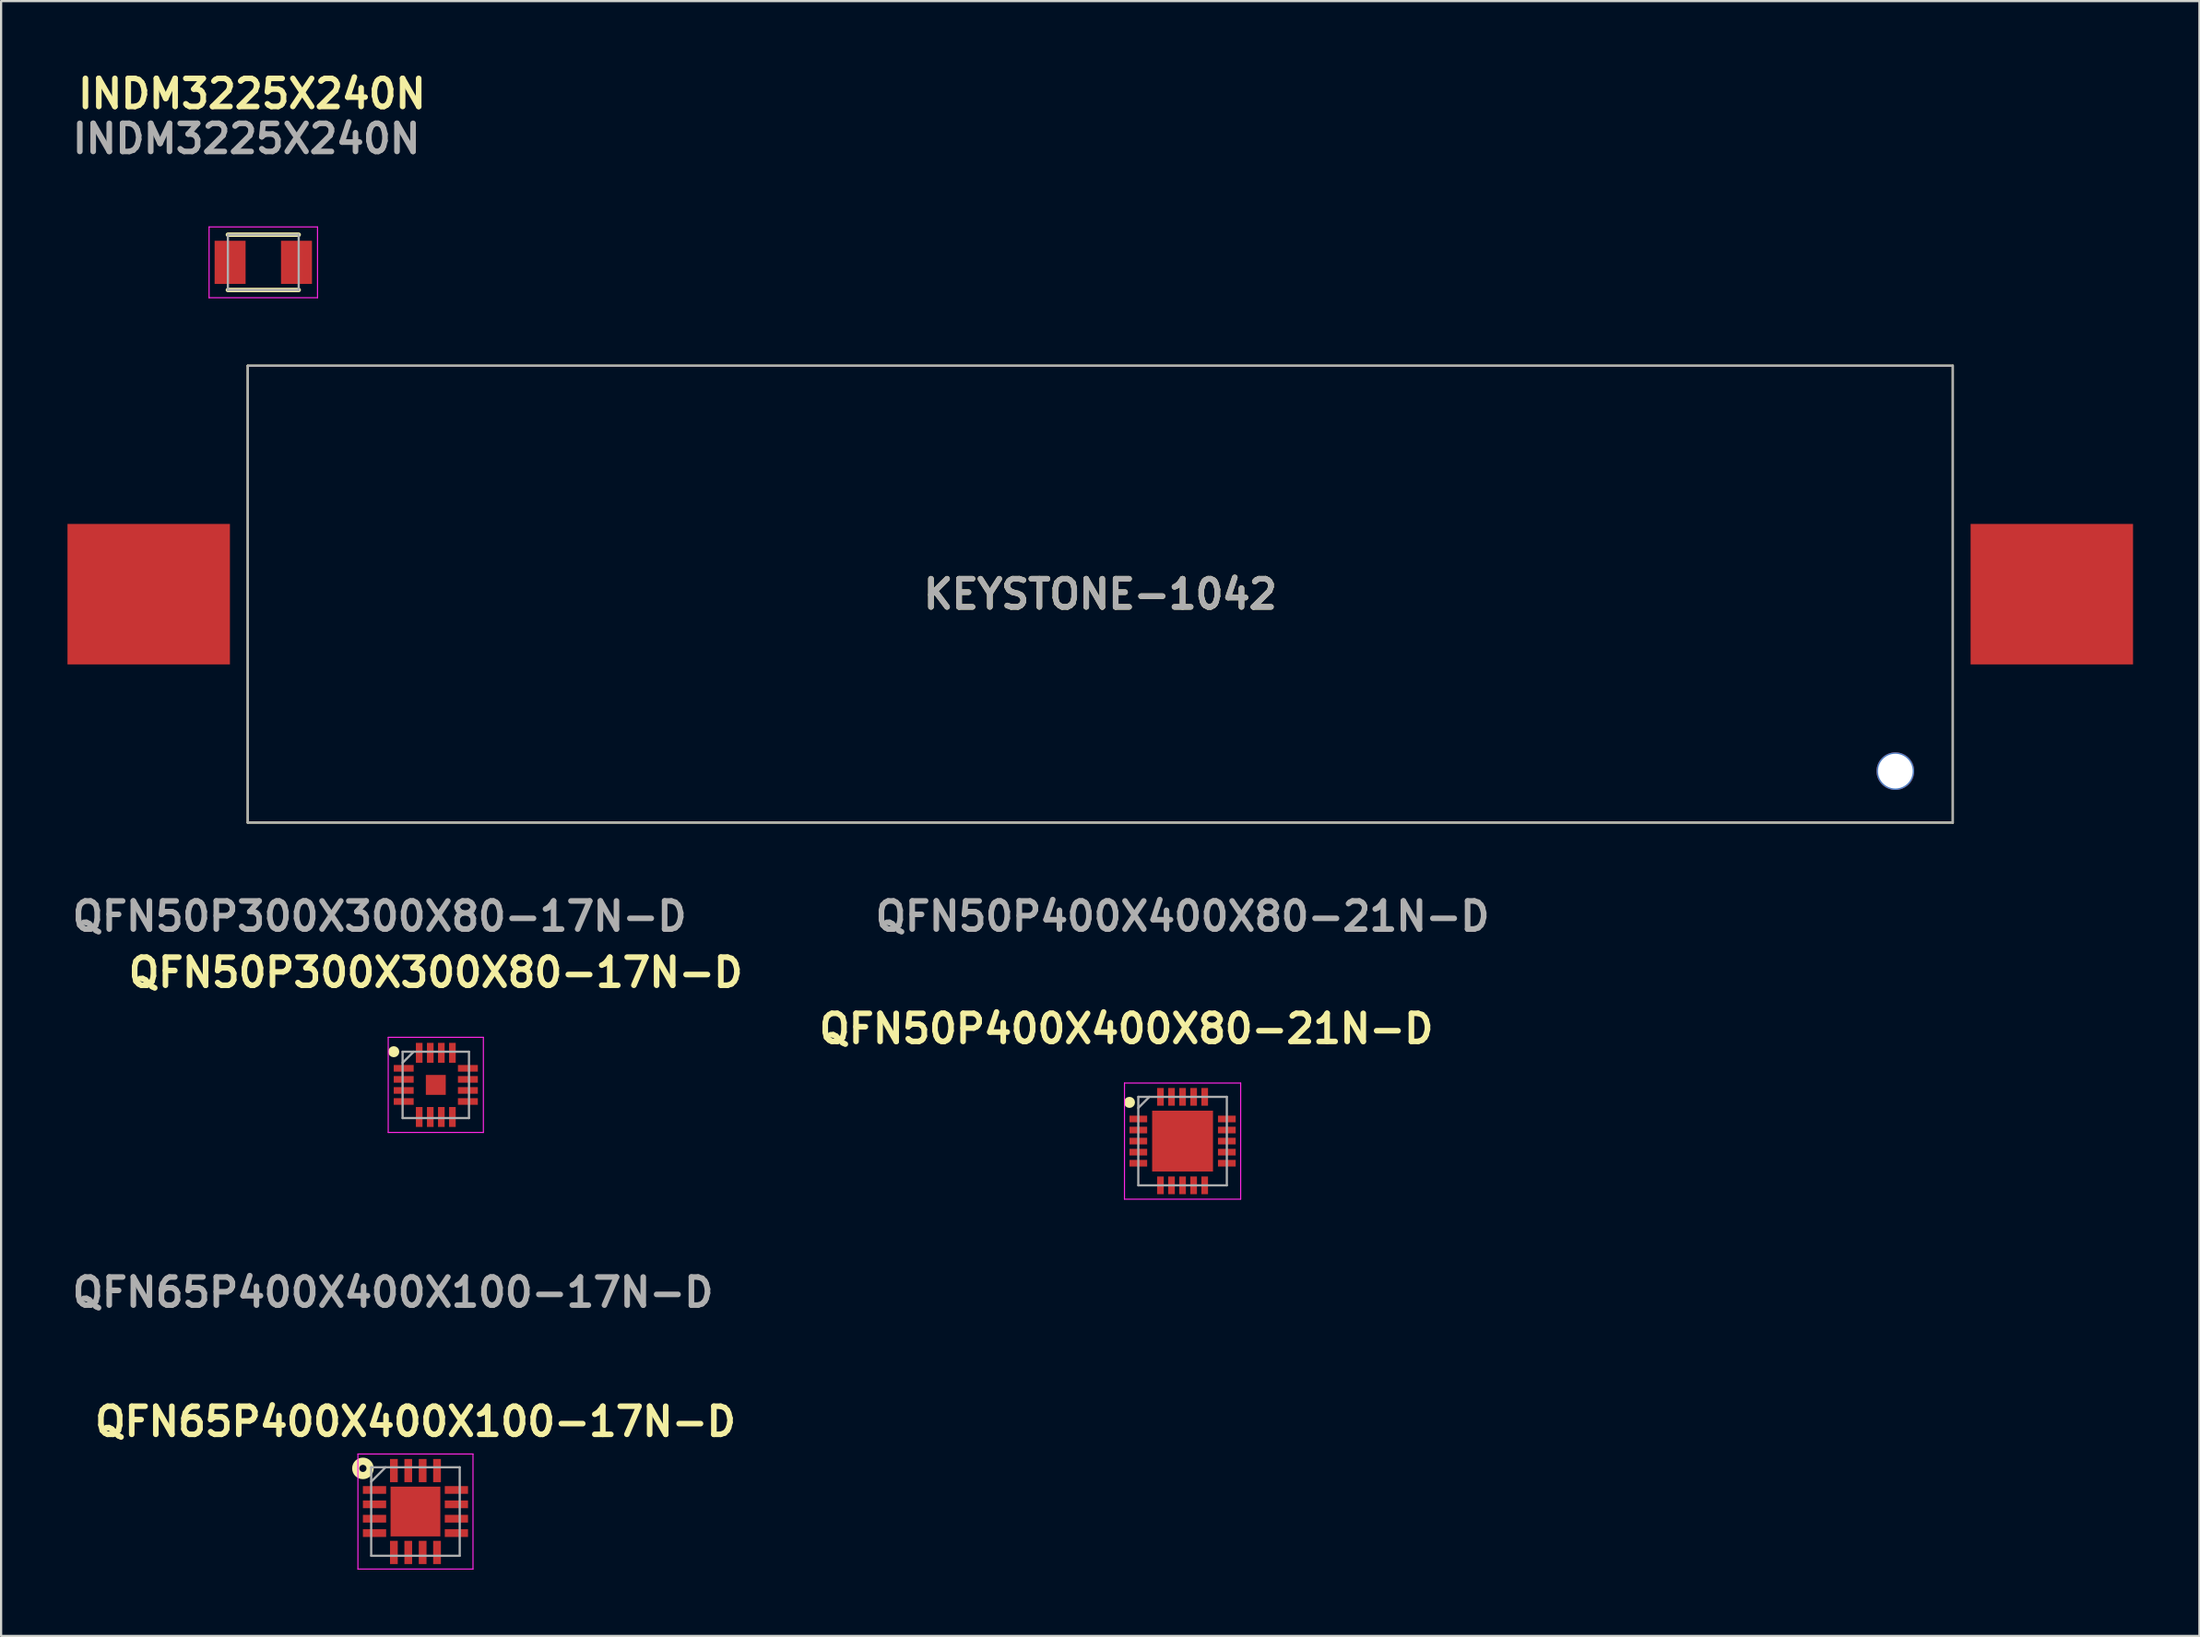
<source format=kicad_pcb>
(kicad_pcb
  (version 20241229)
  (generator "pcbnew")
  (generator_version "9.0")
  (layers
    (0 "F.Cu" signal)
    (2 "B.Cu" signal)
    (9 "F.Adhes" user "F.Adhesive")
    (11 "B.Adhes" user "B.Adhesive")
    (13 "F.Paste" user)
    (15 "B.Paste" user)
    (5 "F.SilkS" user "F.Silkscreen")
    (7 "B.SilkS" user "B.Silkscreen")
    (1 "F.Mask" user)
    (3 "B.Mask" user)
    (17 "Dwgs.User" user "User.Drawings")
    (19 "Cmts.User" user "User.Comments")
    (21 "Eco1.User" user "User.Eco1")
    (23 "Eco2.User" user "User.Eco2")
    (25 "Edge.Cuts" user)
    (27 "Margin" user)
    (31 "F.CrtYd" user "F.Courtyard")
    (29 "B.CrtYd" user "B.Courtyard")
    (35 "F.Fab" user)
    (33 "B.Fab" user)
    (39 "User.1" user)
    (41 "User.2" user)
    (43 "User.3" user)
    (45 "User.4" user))
  (footprint "QFN50P300X300X80-17N-D"
    (layer "F.Cu")
    (at 16.643 45.992)
    (property "Reference" "QFN50P300X300X80-17N-D" (at 0 -5.08 0) (layer "F.SilkS") (effects (font (size 1.27 1.27) (thickness 0.254))))
    (attr smd)
    (fp_circle (center -1.9 -1.5) (end -1.9 -1.375) (stroke (width 0.25) (type solid)) (fill no) (layer "F.SilkS"))
    (fp_line (start -2.15 -2.15) (end 2.15 -2.15) (stroke (width 0.05) (type solid)) (layer "F.CrtYd"))
    (fp_line (start -2.15 2.15) (end -2.15 -2.15) (stroke (width 0.05) (type solid)) (layer "F.CrtYd"))
    (fp_line (start 2.15 -2.15) (end 2.15 2.15) (stroke (width 0.05) (type solid)) (layer "F.CrtYd"))
    (fp_line (start 2.15 2.15) (end -2.15 2.15) (stroke (width 0.05) (type solid)) (layer "F.CrtYd"))
    (fp_line (start -1.5 -1.5) (end 1.5 -1.5) (stroke (width 0.1) (type solid)) (layer "F.Fab"))
    (fp_line (start -1.5 -1) (end -1 -1.5) (stroke (width 0.1) (type solid)) (layer "F.Fab"))
    (fp_line (start -1.5 1.5) (end -1.5 -1.5) (stroke (width 0.1) (type solid)) (layer "F.Fab"))
    (fp_line (start 1.5 -1.5) (end 1.5 1.5) (stroke (width 0.1) (type solid)) (layer "F.Fab"))
    (fp_line (start 1.5 1.5) (end -1.5 1.5) (stroke (width 0.1) (type solid)) (layer "F.Fab"))
    (fp_text user "${REFERENCE}" (at -2.54 -7.62 0) (layer "F.Fab") (effects (font (size 1.27 1.27) (thickness 0.254))))
    (pad "1" smd rect (at -1.45 -0.75 90) (size 0.3 0.9) (layers "F.Cu" "F.Mask" "F.Paste"))
    (pad "2" smd rect (at -1.45 -0.25 90) (size 0.3 0.9) (layers "F.Cu" "F.Mask" "F.Paste"))
    (pad "3" smd rect (at -1.45 0.25 90) (size 0.3 0.9) (layers "F.Cu" "F.Mask" "F.Paste"))
    (pad "4" smd rect (at -1.45 0.75 90) (size 0.3 0.9) (layers "F.Cu" "F.Mask" "F.Paste"))
    (pad "5" smd rect (at -0.75 1.45) (size 0.3 0.9) (layers "F.Cu" "F.Mask" "F.Paste"))
    (pad "6" smd rect (at -0.25 1.45) (size 0.3 0.9) (layers "F.Cu" "F.Mask" "F.Paste"))
    (pad "7" smd rect (at 0.25 1.45) (size 0.3 0.9) (layers "F.Cu" "F.Mask" "F.Paste"))
    (pad "8" smd rect (at 0.75 1.45) (size 0.3 0.9) (layers "F.Cu" "F.Mask" "F.Paste"))
    (pad "9" smd rect (at 1.45 0.75 90) (size 0.3 0.9) (layers "F.Cu" "F.Mask" "F.Paste"))
    (pad "10" smd rect (at 1.45 0.25 90) (size 0.3 0.9) (layers "F.Cu" "F.Mask" "F.Paste"))
    (pad "11" smd rect (at 1.45 -0.25 90) (size 0.3 0.9) (layers "F.Cu" "F.Mask" "F.Paste"))
    (pad "12" smd rect (at 1.45 -0.75 90) (size 0.3 0.9) (layers "F.Cu" "F.Mask" "F.Paste"))
    (pad "13" smd rect (at 0.75 -1.45) (size 0.3 0.9) (layers "F.Cu" "F.Mask" "F.Paste"))
    (pad "14" smd rect (at 0.25 -1.45) (size 0.3 0.9) (layers "F.Cu" "F.Mask" "F.Paste"))
    (pad "15" smd rect (at -0.25 -1.45) (size 0.3 0.9) (layers "F.Cu" "F.Mask" "F.Paste"))
    (pad "16" smd rect (at -0.75 -1.45) (size 0.3 0.9) (layers "F.Cu" "F.Mask" "F.Paste"))
    (pad "17" smd rect (at 0 0) (size 0.9 0.9) (layers "F.Cu" "F.Mask" "F.Paste")))
  (footprint "INDM3225X240N"
    (layer "F.Cu")
    (at 8.848 8.809)
    (property "Reference" "INDM3225X240N" (at -0.508 -7.62 0) (layer "F.SilkS") (effects (font (size 1.27 1.27) (thickness 0.254))))
    (attr smd)
    (fp_line (start -1.6 1.25) (end 1.6 1.25) (stroke (width 0.2) (type solid)) (layer "F.SilkS"))
    (fp_line (start 1.6 -1.25) (end -1.6 -1.25) (stroke (width 0.2) (type solid)) (layer "F.SilkS"))
    (fp_line (start -2.45 -1.6) (end 2.45 -1.6) (stroke (width 0.05) (type solid)) (layer "F.CrtYd"))
    (fp_line (start -2.45 1.6) (end -2.45 -1.6) (stroke (width 0.05) (type solid)) (layer "F.CrtYd"))
    (fp_line (start 2.45 -1.6) (end 2.45 1.6) (stroke (width 0.05) (type solid)) (layer "F.CrtYd"))
    (fp_line (start 2.45 1.6) (end -2.45 1.6) (stroke (width 0.05) (type solid)) (layer "F.CrtYd"))
    (fp_line (start -1.6 -1.25) (end 1.6 -1.25) (stroke (width 0.1) (type solid)) (layer "F.Fab"))
    (fp_line (start -1.6 1.25) (end -1.6 -1.25) (stroke (width 0.1) (type solid)) (layer "F.Fab"))
    (fp_line (start 1.6 -1.25) (end 1.6 1.25) (stroke (width 0.1) (type solid)) (layer "F.Fab"))
    (fp_line (start 1.6 1.25) (end -1.6 1.25) (stroke (width 0.1) (type solid)) (layer "F.Fab"))
    (fp_text user "${REFERENCE}" (at -0.762 -5.588 0) (layer "F.Fab") (effects (font (size 1.27 1.27) (thickness 0.254))))
    (pad "1" smd rect (at -1.5 0) (size 1.4 1.95) (layers "F.Cu" "F.Mask" "F.Paste"))
    (pad "2" smd rect (at 1.5 0) (size 1.4 1.95) (layers "F.Cu" "F.Mask" "F.Paste")))
  (footprint "QFN50P400X400X80-21N-D"
    (layer "F.Cu")
    (at 50.389 48.532)
    (property "Reference" "QFN50P400X400X80-21N-D" (at -2.54 -5.08 0) (layer "F.SilkS") (effects (font (size 1.27 1.27) (thickness 0.254))))
    (attr smd)
    (fp_circle (center -2.4 -1.75) (end -2.4 -1.625) (stroke (width 0.25) (type solid)) (fill no) (layer "F.SilkS"))
    (fp_line (start -2.625 -2.625) (end 2.625 -2.625) (stroke (width 0.05) (type solid)) (layer "F.CrtYd"))
    (fp_line (start -2.625 2.625) (end -2.625 -2.625) (stroke (width 0.05) (type solid)) (layer "F.CrtYd"))
    (fp_line (start 2.625 -2.625) (end 2.625 2.625) (stroke (width 0.05) (type solid)) (layer "F.CrtYd"))
    (fp_line (start 2.625 2.625) (end -2.625 2.625) (stroke (width 0.05) (type solid)) (layer "F.CrtYd"))
    (fp_line (start -2 -2) (end 2 -2) (stroke (width 0.1) (type solid)) (layer "F.Fab"))
    (fp_line (start -2 -1.5) (end -1.5 -2) (stroke (width 0.1) (type solid)) (layer "F.Fab"))
    (fp_line (start -2 2) (end -2 -2) (stroke (width 0.1) (type solid)) (layer "F.Fab"))
    (fp_line (start 2 -2) (end 2 2) (stroke (width 0.1) (type solid)) (layer "F.Fab"))
    (fp_line (start 2 2) (end -2 2) (stroke (width 0.1) (type solid)) (layer "F.Fab"))
    (fp_text user "${REFERENCE}" (at 0 -10.16 0) (layer "F.Fab") (effects (font (size 1.27 1.27) (thickness 0.254))))
    (pad "1" smd rect (at -2 -1 90) (size 0.3 0.8) (layers "F.Cu" "F.Mask" "F.Paste"))
    (pad "2" smd rect (at -2 -0.5 90) (size 0.3 0.8) (layers "F.Cu" "F.Mask" "F.Paste"))
    (pad "3" smd rect (at -2 0 90) (size 0.3 0.8) (layers "F.Cu" "F.Mask" "F.Paste"))
    (pad "4" smd rect (at -2 0.5 90) (size 0.3 0.8) (layers "F.Cu" "F.Mask" "F.Paste"))
    (pad "5" smd rect (at -2 1 90) (size 0.3 0.8) (layers "F.Cu" "F.Mask" "F.Paste"))
    (pad "6" smd rect (at -1 2) (size 0.3 0.8) (layers "F.Cu" "F.Mask" "F.Paste"))
    (pad "7" smd rect (at -0.5 2) (size 0.3 0.8) (layers "F.Cu" "F.Mask" "F.Paste"))
    (pad "8" smd rect (at 0 2) (size 0.3 0.8) (layers "F.Cu" "F.Mask" "F.Paste"))
    (pad "9" smd rect (at 0.5 2) (size 0.3 0.8) (layers "F.Cu" "F.Mask" "F.Paste"))
    (pad "10" smd rect (at 1 2) (size 0.3 0.8) (layers "F.Cu" "F.Mask" "F.Paste"))
    (pad "11" smd rect (at 2 1 90) (size 0.3 0.8) (layers "F.Cu" "F.Mask" "F.Paste"))
    (pad "12" smd rect (at 2 0.5 90) (size 0.3 0.8) (layers "F.Cu" "F.Mask" "F.Paste"))
    (pad "13" smd rect (at 2 0 90) (size 0.3 0.8) (layers "F.Cu" "F.Mask" "F.Paste"))
    (pad "14" smd rect (at 2 -0.5 90) (size 0.3 0.8) (layers "F.Cu" "F.Mask" "F.Paste"))
    (pad "15" smd rect (at 2 -1 90) (size 0.3 0.8) (layers "F.Cu" "F.Mask" "F.Paste"))
    (pad "16" smd rect (at 1 -2) (size 0.3 0.8) (layers "F.Cu" "F.Mask" "F.Paste"))
    (pad "17" smd rect (at 0.5 -2) (size 0.3 0.8) (layers "F.Cu" "F.Mask" "F.Paste"))
    (pad "18" smd rect (at 0 -2) (size 0.3 0.8) (layers "F.Cu" "F.Mask" "F.Paste"))
    (pad "19" smd rect (at -0.5 -2) (size 0.3 0.8) (layers "F.Cu" "F.Mask" "F.Paste"))
    (pad "20" smd rect (at -1 -2) (size 0.3 0.8) (layers "F.Cu" "F.Mask" "F.Paste"))
    (pad "21" smd rect (at 0 0) (size 2.75 2.75) (layers "F.Cu" "F.Mask" "F.Paste")))
  (footprint "KEYSTONE-1042"
    (layer "F.Cu")
    (at 46.67 23.809)
    (property "Reference" "KEYSTONE-1042" (at 0 0 0) (layer "F.SilkS") (effects (font (size 1.27 1.27) (thickness 0.254))))
    (attr through_hole)
    (fp_line (start -38.525 -10.325) (end 38.525 -10.325) (stroke (width 0.1) (type solid)) (layer "F.SilkS"))
    (fp_line (start -38.525 10.325) (end -38.525 -10.325) (stroke (width 0.1) (type solid)) (layer "F.SilkS"))
    (fp_line (start 38.525 -10.325) (end 38.525 10.325) (stroke (width 0.1) (type solid)) (layer "F.SilkS"))
    (fp_line (start 38.525 10.325) (end -38.525 10.325) (stroke (width 0.1) (type solid)) (layer "F.SilkS"))
    (fp_line (start -38.525 -10.325) (end 38.525 -10.325) (stroke (width 0.1) (type solid)) (layer "F.Fab"))
    (fp_line (start -38.525 10.325) (end -38.525 -10.325) (stroke (width 0.1) (type solid)) (layer "F.Fab"))
    (fp_line (start 38.525 -10.325) (end 38.525 10.325) (stroke (width 0.1) (type solid)) (layer "F.Fab"))
    (fp_line (start 38.525 10.325) (end -38.525 10.325) (stroke (width 0.1) (type solid)) (layer "F.Fab"))
    (fp_text user "${REFERENCE}" (at 0 0 0) (layer "F.Fab") (effects (font (size 1.27 1.27) (thickness 0.254))))
    (pad "" np_thru_hole circle (at 35.93 8) (size 1.7 1.7) (drill 1.57) (layers "*.Cu" "*.Mask"))
    (pad "1" smd rect (at -43 0 90) (size 6.35 7.34) (layers "F.Cu" "F.Mask" "F.Paste"))
    (pad "2" smd rect (at 43 0 90) (size 6.35 7.34) (layers "F.Cu" "F.Mask" "F.Paste")))
  (footprint "QFN65P400X400X100-17N-D"
    (layer "F.Cu")
    (at 15.724 65.277)
    (property "Reference" "QFN65P400X400X100-17N-D" (at 0 -4.064 0) (layer "F.SilkS") (effects (font (size 1.27 1.27) (thickness 0.254))))
    (attr smd)
    (fp_circle (center -2.374 -1.95) (end -2.374 -1.788) (stroke (width 0.325) (type solid)) (fill no) (layer "F.SilkS"))
    (fp_line (start -2.6 -2.6) (end 2.6 -2.6) (stroke (width 0.05) (type solid)) (layer "F.CrtYd"))
    (fp_line (start -2.6 2.6) (end -2.6 -2.6) (stroke (width 0.05) (type solid)) (layer "F.CrtYd"))
    (fp_line (start 2.6 -2.6) (end 2.6 2.6) (stroke (width 0.05) (type solid)) (layer "F.CrtYd"))
    (fp_line (start 2.6 2.6) (end -2.6 2.6) (stroke (width 0.05) (type solid)) (layer "F.CrtYd"))
    (fp_line (start -2 -2) (end 2 -2) (stroke (width 0.1) (type solid)) (layer "F.Fab"))
    (fp_line (start -2 -1.35) (end -1.35 -2) (stroke (width 0.1) (type solid)) (layer "F.Fab"))
    (fp_line (start -2 2) (end -2 -2) (stroke (width 0.1) (type solid)) (layer "F.Fab"))
    (fp_line (start 2 -2) (end 2 2) (stroke (width 0.1) (type solid)) (layer "F.Fab"))
    (fp_line (start 2 2) (end -2 2) (stroke (width 0.1) (type solid)) (layer "F.Fab"))
    (fp_text user "${REFERENCE}" (at -1.016 -9.906 0) (layer "F.Fab") (effects (font (size 1.27 1.27) (thickness 0.254))))
    (pad "1" smd rect (at -1.85 -0.975 90) (size 0.35 1.05) (layers "F.Cu" "F.Mask" "F.Paste"))
    (pad "2" smd rect (at -1.85 -0.325 90) (size 0.35 1.05) (layers "F.Cu" "F.Mask" "F.Paste"))
    (pad "3" smd rect (at -1.85 0.325 90) (size 0.35 1.05) (layers "F.Cu" "F.Mask" "F.Paste"))
    (pad "4" smd rect (at -1.85 0.975 90) (size 0.35 1.05) (layers "F.Cu" "F.Mask" "F.Paste"))
    (pad "5" smd rect (at -0.975 1.85) (size 0.35 1.05) (layers "F.Cu" "F.Mask" "F.Paste"))
    (pad "6" smd rect (at -0.325 1.85) (size 0.35 1.05) (layers "F.Cu" "F.Mask" "F.Paste"))
    (pad "7" smd rect (at 0.325 1.85) (size 0.35 1.05) (layers "F.Cu" "F.Mask" "F.Paste"))
    (pad "8" smd rect (at 0.975 1.85) (size 0.35 1.05) (layers "F.Cu" "F.Mask" "F.Paste"))
    (pad "9" smd rect (at 1.85 0.975 90) (size 0.35 1.05) (layers "F.Cu" "F.Mask" "F.Paste"))
    (pad "10" smd rect (at 1.85 0.325 90) (size 0.35 1.05) (layers "F.Cu" "F.Mask" "F.Paste"))
    (pad "11" smd rect (at 1.85 -0.325 90) (size 0.35 1.05) (layers "F.Cu" "F.Mask" "F.Paste"))
    (pad "12" smd rect (at 1.85 -0.975 90) (size 0.35 1.05) (layers "F.Cu" "F.Mask" "F.Paste"))
    (pad "13" smd rect (at 0.975 -1.85) (size 0.35 1.05) (layers "F.Cu" "F.Mask" "F.Paste"))
    (pad "14" smd rect (at 0.325 -1.85) (size 0.35 1.05) (layers "F.Cu" "F.Mask" "F.Paste"))
    (pad "15" smd rect (at -0.325 -1.85) (size 0.35 1.05) (layers "F.Cu" "F.Mask" "F.Paste"))
    (pad "16" smd rect (at -0.975 -1.85) (size 0.35 1.05) (layers "F.Cu" "F.Mask" "F.Paste"))
    (pad "17" smd rect (at 0 0) (size 2.25 2.25) (layers "F.Cu" "F.Mask" "F.Paste")))
  (gr_rect
    (start -3 -3)
    (end 96.34 70.902)
    (stroke (width 0.1) (type default))
    (fill no)
    (layer "Edge.Cuts")))
</source>
